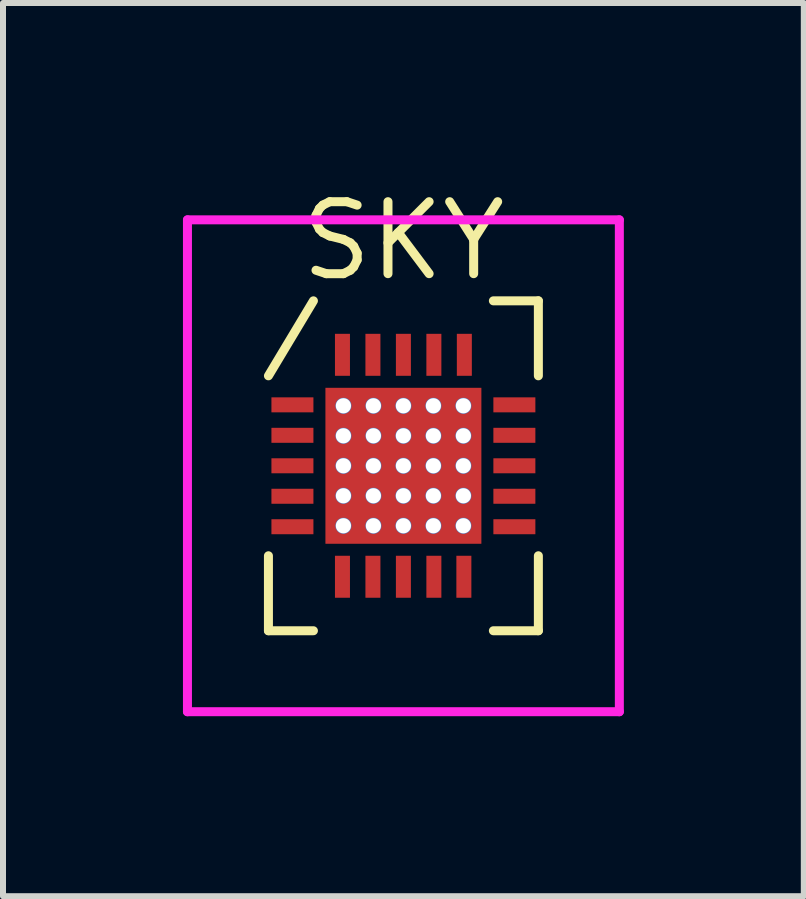
<source format=kicad_pcb>
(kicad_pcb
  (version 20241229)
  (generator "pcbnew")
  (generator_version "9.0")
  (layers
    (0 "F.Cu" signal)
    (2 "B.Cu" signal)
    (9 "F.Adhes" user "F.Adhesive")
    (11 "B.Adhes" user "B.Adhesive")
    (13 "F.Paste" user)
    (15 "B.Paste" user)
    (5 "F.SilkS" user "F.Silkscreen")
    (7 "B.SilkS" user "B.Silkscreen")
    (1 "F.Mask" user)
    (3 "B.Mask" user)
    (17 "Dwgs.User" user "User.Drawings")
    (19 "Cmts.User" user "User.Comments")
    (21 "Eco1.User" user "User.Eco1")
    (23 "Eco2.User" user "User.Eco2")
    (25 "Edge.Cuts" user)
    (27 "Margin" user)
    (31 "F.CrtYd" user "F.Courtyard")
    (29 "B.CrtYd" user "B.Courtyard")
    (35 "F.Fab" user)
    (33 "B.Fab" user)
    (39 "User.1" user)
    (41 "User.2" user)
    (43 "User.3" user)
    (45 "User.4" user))
  (footprint "SKY"
    (layer "F.Cu")
    (at 3.675 4.715)
    (property "Reference" "SKY" (at 0 -3.75 0) (layer "F.SilkS") (effects (font (size 1.2 1.2) (thickness 0.15))))
    (attr through_hole)
    (fp_line (start -2.25 -1.5) (end -1.5 -2.75) (stroke (width 0.15) (type solid)) (layer "F.SilkS"))
    (fp_line (start -2.25 2.75) (end -2.25 1.5) (stroke (width 0.15) (type solid)) (layer "F.SilkS"))
    (fp_line (start -1.5 2.75) (end -2.25 2.75) (stroke (width 0.15) (type solid)) (layer "F.SilkS"))
    (fp_line (start 1.5 -2.75) (end 2.25 -2.75) (stroke (width 0.15) (type solid)) (layer "F.SilkS"))
    (fp_line (start 1.5 2.75) (end 2.25 2.75) (stroke (width 0.15) (type solid)) (layer "F.SilkS"))
    (fp_line (start 2.25 -2.75) (end 2.25 -1.5) (stroke (width 0.15) (type solid)) (layer "F.SilkS"))
    (fp_line (start 2.25 2.75) (end 2.25 1.5) (stroke (width 0.15) (type solid)) (layer "F.SilkS"))
    (fp_line (start -3.6 -4.1) (end 3.6 -4.1) (stroke (width 0.15) (type solid)) (layer "F.CrtYd"))
    (fp_line (start -3.6 4.1) (end -3.6 -4.1) (stroke (width 0.15) (type solid)) (layer "F.CrtYd"))
    (fp_line (start 3.6 -4.1) (end 3.6 4.1) (stroke (width 0.15) (type solid)) (layer "F.CrtYd"))
    (fp_line (start 3.6 4.1) (end -3.6 4.1) (stroke (width 0.15) (type solid)) (layer "F.CrtYd"))
    (pad "" thru_hole circle (at -1 -1) (size 0.27 0.27) (drill 0.254) (layers "*.Cu" "*.Mask"))
    (pad "" thru_hole circle (at -1 -0.5) (size 0.27 0.27) (drill 0.254) (layers "*.Cu" "*.Mask"))
    (pad "" thru_hole circle (at -1 0) (size 0.27 0.27) (drill 0.254) (layers "*.Cu" "*.Mask"))
    (pad "" thru_hole circle (at -1 0.5) (size 0.27 0.27) (drill 0.254) (layers "*.Cu" "*.Mask"))
    (pad "" thru_hole circle (at -1 1) (size 0.27 0.27) (drill 0.254) (layers "*.Cu" "*.Mask"))
    (pad "" thru_hole circle (at -0.5 -1) (size 0.27 0.27) (drill 0.254) (layers "*.Cu" "*.Mask"))
    (pad "" thru_hole circle (at -0.5 -0.5) (size 0.27 0.27) (drill 0.254) (layers "*.Cu" "*.Mask"))
    (pad "" thru_hole circle (at -0.5 0) (size 0.27 0.27) (drill 0.254) (layers "*.Cu" "*.Mask"))
    (pad "" thru_hole circle (at -0.5 0.5) (size 0.27 0.27) (drill 0.254) (layers "*.Cu" "*.Mask"))
    (pad "" thru_hole circle (at -0.5 1) (size 0.27 0.27) (drill 0.254) (layers "*.Cu" "*.Mask"))
    (pad "" thru_hole circle (at 0 -1) (size 0.27 0.27) (drill 0.254) (layers "*.Cu" "*.Mask"))
    (pad "" thru_hole circle (at 0 -0.5) (size 0.27 0.27) (drill 0.254) (layers "*.Cu" "*.Mask"))
    (pad "" thru_hole circle (at 0 0) (size 0.27 0.27) (drill 0.254) (layers "*.Cu" "*.Mask"))
    (pad "" thru_hole circle (at 0 0.5) (size 0.27 0.27) (drill 0.254) (layers "*.Cu" "*.Mask"))
    (pad "" thru_hole circle (at 0 1) (size 0.27 0.27) (drill 0.254) (layers "*.Cu" "*.Mask"))
    (pad "" thru_hole circle (at 0.5 -1) (size 0.27 0.27) (drill 0.254) (layers "*.Cu" "*.Mask"))
    (pad "" thru_hole circle (at 0.5 -0.5) (size 0.27 0.27) (drill 0.254) (layers "*.Cu" "*.Mask"))
    (pad "" thru_hole circle (at 0.5 0) (size 0.27 0.27) (drill 0.254) (layers "*.Cu" "*.Mask"))
    (pad "" thru_hole circle (at 0.5 0.5) (size 0.27 0.27) (drill 0.254) (layers "*.Cu" "*.Mask"))
    (pad "" thru_hole circle (at 0.5 1) (size 0.27 0.27) (drill 0.254) (layers "*.Cu" "*.Mask"))
    (pad "" thru_hole circle (at 1 -1) (size 0.27 0.27) (drill 0.254) (layers "*.Cu" "*.Mask"))
    (pad "" thru_hole circle (at 1 -0.5) (size 0.27 0.27) (drill 0.254) (layers "*.Cu" "*.Mask"))
    (pad "" thru_hole circle (at 1 0) (size 0.27 0.27) (drill 0.254) (layers "*.Cu" "*.Mask"))
    (pad "" thru_hole circle (at 1 0.5) (size 0.27 0.27) (drill 0.254) (layers "*.Cu" "*.Mask"))
    (pad "" thru_hole circle (at 1 1) (size 0.27 0.27) (drill 0.254) (layers "*.Cu" "*.Mask"))
    (pad "1" smd rect (at -1.85 -1.016 90) (size 0.25 0.7) (layers "F.Cu" "F.Mask" "F.Paste"))
    (pad "2" smd rect (at -1.85 -0.508 90) (size 0.25 0.7) (layers "F.Cu" "F.Mask" "F.Paste"))
    (pad "3" smd rect (at -1.85 0 90) (size 0.25 0.7) (layers "F.Cu" "F.Mask" "F.Paste"))
    (pad "4" smd rect (at -1.85 0.508 90) (size 0.25 0.7) (layers "F.Cu" "F.Mask" "F.Paste"))
    (pad "5" smd rect (at -1.85 1.016 90) (size 0.25 0.7) (layers "F.Cu" "F.Mask" "F.Paste"))
    (pad "6" smd rect (at -1.016 1.85) (size 0.25 0.7) (layers "F.Cu" "F.Mask" "F.Paste"))
    (pad "7" smd rect (at -0.508 1.85) (size 0.25 0.7) (layers "F.Cu" "F.Mask" "F.Paste"))
    (pad "8" smd rect (at 0 1.85) (size 0.25 0.7) (layers "F.Cu" "F.Mask" "F.Paste"))
    (pad "9" smd rect (at 0.508 1.85) (size 0.25 0.7) (layers "F.Cu" "F.Mask" "F.Paste"))
    (pad "10" smd rect (at 1.008 1.85) (size 0.25 0.7) (layers "F.Cu" "F.Mask" "F.Paste"))
    (pad "11" smd rect (at 1.85 1.016 90) (size 0.25 0.7) (layers "F.Cu" "F.Mask" "F.Paste"))
    (pad "12" smd rect (at 1.85 0.508 90) (size 0.25 0.7) (layers "F.Cu" "F.Mask" "F.Paste"))
    (pad "13" smd rect (at 1.85 0 90) (size 0.25 0.7) (layers "F.Cu" "F.Mask" "F.Paste"))
    (pad "14" smd rect (at 1.85 -0.508 90) (size 0.25 0.7) (layers "F.Cu" "F.Mask" "F.Paste"))
    (pad "15" smd rect (at 1.85 -1.016 90) (size 0.25 0.7) (layers "F.Cu" "F.Mask" "F.Paste"))
    (pad "16" smd rect (at 1.016 -1.85) (size 0.25 0.7) (layers "F.Cu" "F.Mask" "F.Paste"))
    (pad "17" smd rect (at 0.508 -1.85) (size 0.25 0.7) (layers "F.Cu" "F.Mask" "F.Paste"))
    (pad "18" smd rect (at 0 -1.85) (size 0.25 0.7) (layers "F.Cu" "F.Mask" "F.Paste"))
    (pad "19" smd rect (at -0.508 -1.85) (size 0.25 0.7) (layers "F.Cu" "F.Mask" "F.Paste"))
    (pad "20" smd rect (at -1.016 -1.85) (size 0.25 0.7) (layers "F.Cu" "F.Mask" "F.Paste"))
    (pad "21" smd rect (at 0 0) (size 2.6 2.6) (layers "F.Cu" "F.Mask" "F.Paste")))
  (gr_rect
    (start -3 -3)
    (end 10.35 11.89)
    (stroke (width 0.1) (type default))
    (fill no)
    (layer "Edge.Cuts")))
</source>
